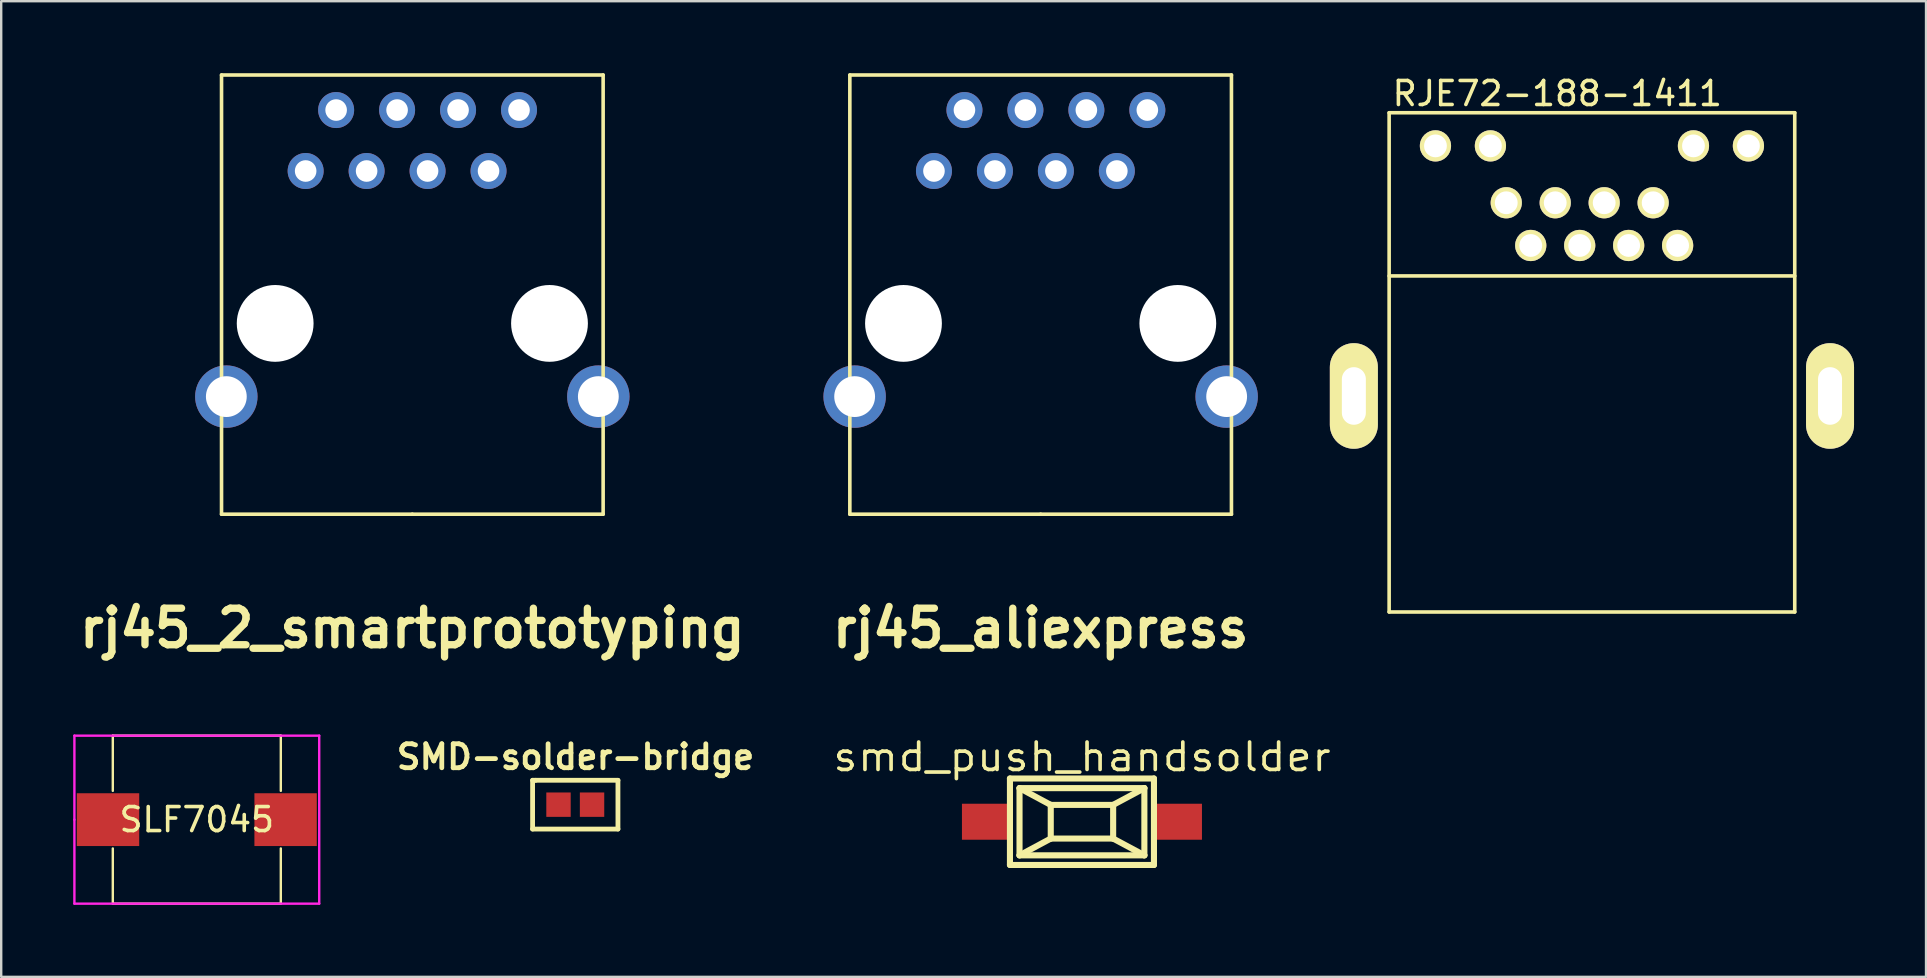
<source format=kicad_pcb>
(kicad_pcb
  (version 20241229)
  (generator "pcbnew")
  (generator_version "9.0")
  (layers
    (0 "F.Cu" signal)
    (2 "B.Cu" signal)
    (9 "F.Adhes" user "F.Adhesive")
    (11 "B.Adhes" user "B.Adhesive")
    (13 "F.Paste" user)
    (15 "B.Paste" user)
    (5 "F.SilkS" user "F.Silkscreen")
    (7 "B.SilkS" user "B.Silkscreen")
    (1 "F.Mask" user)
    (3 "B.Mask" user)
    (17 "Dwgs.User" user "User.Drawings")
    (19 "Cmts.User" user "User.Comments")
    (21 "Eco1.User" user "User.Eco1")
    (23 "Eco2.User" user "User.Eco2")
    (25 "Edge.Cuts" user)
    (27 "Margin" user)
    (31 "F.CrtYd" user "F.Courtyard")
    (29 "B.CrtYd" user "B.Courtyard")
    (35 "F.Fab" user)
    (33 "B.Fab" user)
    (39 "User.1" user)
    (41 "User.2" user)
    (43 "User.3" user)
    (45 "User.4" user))
  (footprint "RJE72-188-1411"
    (layer "F.Cu")
    (at 63.279 13.448)
    (property "Reference" "RJE72-188-1411" (at -8.4 -12.6 0) (layer "F.SilkS") (effects (font (size 1 1) (thickness 0.15)) (justify left)))
    (attr through_hole)
    (fp_line (start -8.45 -11.8) (end -8.45 9) (stroke (width 0.15) (type solid)) (layer "F.SilkS"))
    (fp_line (start -8.45 -5) (end 8.45 -5) (stroke (width 0.15) (type solid)) (layer "F.SilkS"))
    (fp_line (start -8.45 9) (end 8.45 9) (stroke (width 0.15) (type solid)) (layer "F.SilkS"))
    (fp_line (start 8.45 -11.8) (end -8.45 -11.8) (stroke (width 0.15) (type solid)) (layer "F.SilkS"))
    (fp_line (start 8.45 9) (end 8.45 -11.8) (stroke (width 0.15) (type solid)) (layer "F.SilkS"))
    (pad "1" thru_hole circle (at 3.57 -6.27) (size 1.3 1.3) (drill 0.95) (layers "*.Cu" "*.Mask" "F.SilkS"))
    (pad "2" thru_hole circle (at 2.55 -8.05) (size 1.3 1.3) (drill 0.95) (layers "*.Cu" "*.Mask" "F.SilkS"))
    (pad "3" thru_hole circle (at 1.53 -6.27) (size 1.3 1.3) (drill 0.95) (layers "*.Cu" "*.Mask" "F.SilkS"))
    (pad "4" thru_hole circle (at 0.51 -8.05) (size 1.3 1.3) (drill 0.95) (layers "*.Cu" "*.Mask" "F.SilkS"))
    (pad "5" thru_hole circle (at -0.51 -6.27) (size 1.3 1.3) (drill 0.95) (layers "*.Cu" "*.Mask" "F.SilkS"))
    (pad "6" thru_hole circle (at -1.53 -8.05) (size 1.3 1.3) (drill 0.95) (layers "*.Cu" "*.Mask" "F.SilkS"))
    (pad "7" thru_hole circle (at -2.55 -6.27) (size 1.3 1.3) (drill 0.95) (layers "*.Cu" "*.Mask" "F.SilkS"))
    (pad "8" thru_hole circle (at -3.57 -8.05) (size 1.3 1.3) (drill 0.95) (layers "*.Cu" "*.Mask" "F.SilkS"))
    (pad "9" thru_hole circle (at 6.52 -10.42) (size 1.3 1.3) (drill 0.95) (layers "*.Cu" "*.Mask" "F.SilkS"))
    (pad "10" thru_hole circle (at 4.23 -10.42) (size 1.3 1.3) (drill 0.95) (layers "*.Cu" "*.Mask" "F.SilkS"))
    (pad "11" thru_hole circle (at -4.23 -10.42) (size 1.3 1.3) (drill 0.95) (layers "*.Cu" "*.Mask" "F.SilkS"))
    (pad "12" thru_hole circle (at -6.52 -10.42) (size 1.3 1.3) (drill 0.95) (layers "*.Cu" "*.Mask" "F.SilkS"))
    (pad "SH" thru_hole oval (at -9.92 0) (size 2 4.4) (drill oval 1 2.4) (layers "*.Cu" "*.Mask" "F.SilkS"))
    (pad "SH" thru_hole oval (at 9.92 0) (size 2 4.4) (drill oval 1 2.4) (layers "*.Cu" "*.Mask" "F.SilkS")))
  (footprint "SMD-solder-bridge"
    (layer "F.Cu")
    (at 20.919 30.477)
    (property "Reference" "SMD-solder-bridge" (at 0.01 -1.99 0) (layer "F.SilkS") (effects (font (size 1 1) (thickness 0.2))))
    (attr through_hole)
    (fp_line (start -1.778 -1.016) (end -1.778 1.016) (stroke (width 0.2) (type solid)) (layer "F.SilkS"))
    (fp_line (start -1.778 1.016) (end 1.778 1.016) (stroke (width 0.2) (type solid)) (layer "F.SilkS"))
    (fp_line (start -1.651 -1.016) (end -1.778 -1.016) (stroke (width 0.2) (type solid)) (layer "F.SilkS"))
    (fp_line (start 1.778 -1.016) (end -1.651 -1.016) (stroke (width 0.2) (type solid)) (layer "F.SilkS"))
    (fp_line (start 1.778 1.016) (end 1.778 -1.016) (stroke (width 0.2) (type solid)) (layer "F.SilkS"))
    (pad "1" smd rect (at -0.699 0) (size 1.016 1.016) (layers "F.Cu" "F.Mask" "F.Paste"))
    (pad "2" smd rect (at 0.699 0) (size 1.016 1.016) (layers "F.Cu" "F.Mask" "F.Paste")))
  (footprint "SLF7045"
    (layer "F.Cu")
    (at 5.15 31.101)
    (property "Reference" "SLF7045" (at 0 0 0) (layer "F.SilkS") (effects (font (size 1 1) (thickness 0.15))))
    (attr through_hole)
    (fp_line (start -3.5 -3.5) (end 3.5 -3.5) (stroke (width 0.1) (type solid)) (layer "F.SilkS"))
    (fp_line (start -3.5 -1.2) (end -3.5 -3.5) (stroke (width 0.1) (type solid)) (layer "F.SilkS"))
    (fp_line (start -3.5 3.5) (end -3.5 1.2) (stroke (width 0.1) (type solid)) (layer "F.SilkS"))
    (fp_line (start 3.5 -3.5) (end 3.5 -1.2) (stroke (width 0.1) (type solid)) (layer "F.SilkS"))
    (fp_line (start 3.5 1.2) (end 3.5 3.5) (stroke (width 0.1) (type solid)) (layer "F.SilkS"))
    (fp_line (start 3.5 3.5) (end -3.5 3.5) (stroke (width 0.1) (type solid)) (layer "F.SilkS"))
    (fp_line (start -5.1 -3.5) (end 5.1 -3.5) (stroke (width 0.1) (type solid)) (layer "F.CrtYd"))
    (fp_line (start -5.1 0) (end -5.1 -3.5) (stroke (width 0.1) (type solid)) (layer "F.CrtYd"))
    (fp_line (start -5.1 3.5) (end -5.1 0) (stroke (width 0.1) (type solid)) (layer "F.CrtYd"))
    (fp_line (start 5.1 -3.5) (end 5.1 3.5) (stroke (width 0.1) (type solid)) (layer "F.CrtYd"))
    (fp_line (start 5.1 3.5) (end -5.1 3.5) (stroke (width 0.1) (type solid)) (layer "F.CrtYd"))
    (pad "1" smd rect (at 3.7 0) (size 2.6 2.2) (layers "F.Cu" "F.Mask" "F.Paste"))
    (pad "2" smd rect (at -3.7 0) (size 2.6 2.2) (layers "F.Cu" "F.Mask" "F.Paste")))
  (footprint "rj45_2_smartprototyping"
    (layer "F.Cu")
    (at 14.13 10.425)
    (property "Reference" "rj45_2_smartprototyping" (at 0 12.7 0) (layer "F.SilkS") (effects (font (size 1.524 1.524) (thickness 0.305))))
    (attr through_hole)
    (fp_line (start -7.95 -10.35) (end -7.95 7.95) (stroke (width 0.15) (type solid)) (layer "F.SilkS"))
    (fp_line (start -7.95 7.95) (end 0 7.95) (stroke (width 0.15) (type solid)) (layer "F.SilkS"))
    (fp_line (start 0 7.95) (end 7.95 7.95) (stroke (width 0.15) (type solid)) (layer "F.SilkS"))
    (fp_line (start 7.95 -10.35) (end -7.95 -10.35) (stroke (width 0.15) (type solid)) (layer "F.SilkS"))
    (fp_line (start 7.95 7.95) (end 7.95 -10.35) (stroke (width 0.15) (type solid)) (layer "F.SilkS"))
    (pad "" np_thru_hole circle (at -5.715 0) (size 3.2 3.2) (drill 3.2) (layers "*.Cu"))
    (pad "" np_thru_hole circle (at 5.715 0) (size 3.2 3.2) (drill 3.2) (layers "*.Cu"))
    (pad "1" thru_hole circle (at -3.175 -8.89) (size 1.5 1.5) (drill 0.9) (layers "*.Cu" "*.Mask"))
    (pad "2" thru_hole circle (at -4.445 -6.35) (size 1.5 1.5) (drill 0.9) (layers "*.Cu" "*.Mask"))
    (pad "3" thru_hole circle (at -0.635 -8.89) (size 1.5 1.5) (drill 0.9) (layers "*.Cu" "*.Mask"))
    (pad "4" thru_hole circle (at -1.905 -6.35) (size 1.5 1.5) (drill 0.9) (layers "*.Cu" "*.Mask"))
    (pad "5" thru_hole circle (at 1.905 -8.89) (size 1.5 1.5) (drill 0.9) (layers "*.Cu" "*.Mask"))
    (pad "6" thru_hole circle (at 0.635 -6.35) (size 1.5 1.5) (drill 0.9) (layers "*.Cu" "*.Mask"))
    (pad "7" thru_hole circle (at 4.445 -8.89) (size 1.5 1.5) (drill 0.9) (layers "*.Cu" "*.Mask"))
    (pad "8" thru_hole circle (at 3.175 -6.35) (size 1.5 1.5) (drill 0.9) (layers "*.Cu" "*.Mask"))
    (pad "9" thru_hole circle (at -7.75 3.05) (size 2.6 2.6) (drill 1.7) (layers "*.Cu" "*.Mask"))
    (pad "9" thru_hole circle (at 7.75 3.05) (size 2.6 2.6) (drill 1.7) (layers "*.Cu" "*.Mask")))
  (footprint "smd_push_handsolder"
    (layer "F.Cu")
    (at 42.03 31.188)
    (property "Reference" "smd_push_handsolder" (at 0 -2.7 0) (layer "F.SilkS") (effects (font (size 1.143 1.27) (thickness 0.152))))
    (attr through_hole)
    (fp_line (start -3 -1.801) (end 3 -1.801) (stroke (width 0.254) (type solid)) (layer "F.SilkS"))
    (fp_line (start -3 1.801) (end -3 -1.801) (stroke (width 0.254) (type solid)) (layer "F.SilkS"))
    (fp_line (start -2.601 -1.4) (end -1.3 -0.701) (stroke (width 0.254) (type solid)) (layer "F.SilkS"))
    (fp_line (start -2.601 -1.4) (end 2.601 -1.4) (stroke (width 0.254) (type solid)) (layer "F.SilkS"))
    (fp_line (start -2.601 1.4) (end -2.601 -1.4) (stroke (width 0.254) (type solid)) (layer "F.SilkS"))
    (fp_line (start -1.3 -0.701) (end 1.3 -0.701) (stroke (width 0.254) (type solid)) (layer "F.SilkS"))
    (fp_line (start -1.3 0.701) (end -2.601 1.4) (stroke (width 0.254) (type solid)) (layer "F.SilkS"))
    (fp_line (start -1.3 0.701) (end -1.3 -0.701) (stroke (width 0.254) (type solid)) (layer "F.SilkS"))
    (fp_line (start 1.3 -0.701) (end 1.3 0.701) (stroke (width 0.254) (type solid)) (layer "F.SilkS"))
    (fp_line (start 1.3 -0.701) (end 2.601 -1.4) (stroke (width 0.254) (type solid)) (layer "F.SilkS"))
    (fp_line (start 1.3 0.701) (end -1.3 0.701) (stroke (width 0.254) (type solid)) (layer "F.SilkS"))
    (fp_line (start 1.3 0.701) (end 2.601 1.4) (stroke (width 0.254) (type solid)) (layer "F.SilkS"))
    (fp_line (start 2.601 -1.4) (end 2.601 1.4) (stroke (width 0.254) (type solid)) (layer "F.SilkS"))
    (fp_line (start 2.601 1.4) (end -2.601 1.4) (stroke (width 0.254) (type solid)) (layer "F.SilkS"))
    (fp_line (start 3 -1.801) (end 3 1.801) (stroke (width 0.254) (type solid)) (layer "F.SilkS"))
    (fp_line (start 3 1.801) (end -3 1.801) (stroke (width 0.254) (type solid)) (layer "F.SilkS"))
    (pad "1" smd rect (at -4 0) (size 2 1.5) (layers "F.Cu" "F.Mask" "F.Paste"))
    (pad "2" smd rect (at 4 0) (size 2 1.5) (layers "F.Cu" "F.Mask" "F.Paste")))
  (footprint "rj45_aliexpress"
    (layer "F.Cu")
    (at 40.309 10.425)
    (property "Reference" "rj45_aliexpress" (at 0 12.7 0) (layer "F.SilkS") (effects (font (size 1.524 1.524) (thickness 0.305))))
    (attr through_hole)
    (fp_line (start -7.95 -10.35) (end -7.95 7.95) (stroke (width 0.15) (type solid)) (layer "F.SilkS"))
    (fp_line (start -7.95 7.95) (end 0 7.95) (stroke (width 0.15) (type solid)) (layer "F.SilkS"))
    (fp_line (start 0 7.95) (end 7.95 7.95) (stroke (width 0.15) (type solid)) (layer "F.SilkS"))
    (fp_line (start 7.95 -10.35) (end -7.95 -10.35) (stroke (width 0.15) (type solid)) (layer "F.SilkS"))
    (fp_line (start 7.95 7.95) (end 7.95 -10.35) (stroke (width 0.15) (type solid)) (layer "F.SilkS"))
    (pad "" np_thru_hole circle (at -5.715 0) (size 3.2 3.2) (drill 3.2) (layers "*.Cu"))
    (pad "" np_thru_hole circle (at 5.715 0) (size 3.2 3.2) (drill 3.2) (layers "*.Cu"))
    (pad "1" thru_hole circle (at -4.445 -6.35) (size 1.5 1.5) (drill 0.9) (layers "*.Cu" "*.Mask"))
    (pad "2" thru_hole circle (at -3.175 -8.89) (size 1.5 1.5) (drill 0.9) (layers "*.Cu" "*.Mask"))
    (pad "3" thru_hole circle (at -1.905 -6.35) (size 1.5 1.5) (drill 0.9) (layers "*.Cu" "*.Mask"))
    (pad "4" thru_hole circle (at -0.635 -8.89) (size 1.5 1.5) (drill 0.9) (layers "*.Cu" "*.Mask"))
    (pad "5" thru_hole circle (at 0.635 -6.35) (size 1.5 1.5) (drill 0.9) (layers "*.Cu" "*.Mask"))
    (pad "6" thru_hole circle (at 1.905 -8.89) (size 1.5 1.5) (drill 0.9) (layers "*.Cu" "*.Mask"))
    (pad "7" thru_hole circle (at 3.175 -6.35) (size 1.5 1.5) (drill 0.9) (layers "*.Cu" "*.Mask"))
    (pad "8" thru_hole circle (at 4.445 -8.89) (size 1.5 1.5) (drill 0.9) (layers "*.Cu" "*.Mask"))
    (pad "9" thru_hole circle (at -7.75 3.05) (size 2.6 2.6) (drill 1.7) (layers "*.Cu" "*.Mask"))
    (pad "9" thru_hole circle (at 7.75 3.05) (size 2.6 2.6) (drill 1.7) (layers "*.Cu" "*.Mask")))
  (gr_rect
    (start -3 -3)
    (end 77.199 37.651)
    (stroke (width 0.1) (type default))
    (fill no)
    (layer "Edge.Cuts")))
</source>
